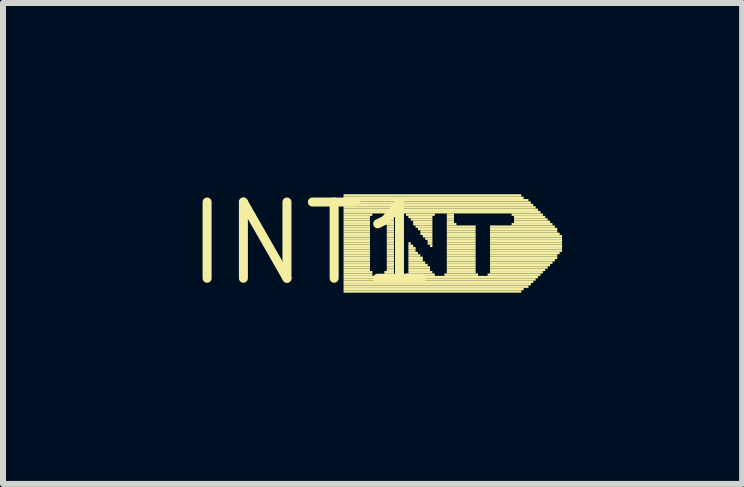
<source format=kicad_pcb>
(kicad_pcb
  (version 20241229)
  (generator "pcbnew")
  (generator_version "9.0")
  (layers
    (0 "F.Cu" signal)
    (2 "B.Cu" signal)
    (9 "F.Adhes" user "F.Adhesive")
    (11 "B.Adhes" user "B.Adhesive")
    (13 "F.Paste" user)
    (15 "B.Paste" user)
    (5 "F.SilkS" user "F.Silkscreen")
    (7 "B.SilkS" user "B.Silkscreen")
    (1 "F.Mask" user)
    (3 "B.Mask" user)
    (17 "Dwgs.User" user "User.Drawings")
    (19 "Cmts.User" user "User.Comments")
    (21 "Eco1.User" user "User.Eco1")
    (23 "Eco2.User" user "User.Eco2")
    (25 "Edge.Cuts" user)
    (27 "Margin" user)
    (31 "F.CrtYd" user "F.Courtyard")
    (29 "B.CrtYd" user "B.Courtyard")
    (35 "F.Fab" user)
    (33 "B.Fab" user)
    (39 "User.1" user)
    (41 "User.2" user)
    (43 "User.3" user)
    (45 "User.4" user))
  (footprint "INT1"
    (layer "F.Cu")
    (at 2.154 1.006)
    (property "Reference" "INT1" (at 0 0 0) (layer "F.SilkS") (effects (font (size 1.27 1.27) (thickness 0.15))))
    (attr through_hole)
    (fp_poly (pts (xy 0.52 -0.78) (xy 3.48 -0.78) (xy 3.48 -0.82) (xy 0.52 -0.82)) (stroke (width 0) (type solid)) (fill yes) (layer "F.SilkS"))
    (fp_poly (pts (xy 0.52 -0.74) (xy 3.52 -0.74) (xy 3.52 -0.78) (xy 0.52 -0.78)) (stroke (width 0) (type solid)) (fill yes) (layer "F.SilkS"))
    (fp_poly (pts (xy 0.52 -0.7) (xy 3.6 -0.7) (xy 3.6 -0.74) (xy 0.52 -0.74)) (stroke (width 0) (type solid)) (fill yes) (layer "F.SilkS"))
    (fp_poly (pts (xy 0.52 -0.66) (xy 3.64 -0.66) (xy 3.64 -0.7) (xy 0.52 -0.7)) (stroke (width 0) (type solid)) (fill yes) (layer "F.SilkS"))
    (fp_poly (pts (xy 0.52 -0.62) (xy 3.68 -0.62) (xy 3.68 -0.66) (xy 0.52 -0.66)) (stroke (width 0) (type solid)) (fill yes) (layer "F.SilkS"))
    (fp_poly (pts (xy 0.52 -0.58) (xy 3.72 -0.58) (xy 3.72 -0.62) (xy 0.52 -0.62)) (stroke (width 0) (type solid)) (fill yes) (layer "F.SilkS"))
    (fp_poly (pts (xy 0.52 -0.54) (xy 3.76 -0.54) (xy 3.76 -0.58) (xy 0.52 -0.58)) (stroke (width 0) (type solid)) (fill yes) (layer "F.SilkS"))
    (fp_poly (pts (xy 0.52 -0.5) (xy 3.8 -0.5) (xy 3.8 -0.54) (xy 0.52 -0.54)) (stroke (width 0) (type solid)) (fill yes) (layer "F.SilkS"))
    (fp_poly (pts (xy 0.52 -0.46) (xy 1 -0.46) (xy 1 -0.5) (xy 0.52 -0.5)) (stroke (width 0) (type solid)) (fill yes) (layer "F.SilkS"))
    (fp_poly (pts (xy 0.52 -0.42) (xy 0.96 -0.42) (xy 0.96 -0.46) (xy 0.52 -0.46)) (stroke (width 0) (type solid)) (fill yes) (layer "F.SilkS"))
    (fp_poly (pts (xy 0.52 -0.38) (xy 0.96 -0.38) (xy 0.96 -0.42) (xy 0.52 -0.42)) (stroke (width 0) (type solid)) (fill yes) (layer "F.SilkS"))
    (fp_poly (pts (xy 0.52 -0.34) (xy 0.96 -0.34) (xy 0.96 -0.38) (xy 0.52 -0.38)) (stroke (width 0) (type solid)) (fill yes) (layer "F.SilkS"))
    (fp_poly (pts (xy 0.52 -0.3) (xy 0.96 -0.3) (xy 0.96 -0.34) (xy 0.52 -0.34)) (stroke (width 0) (type solid)) (fill yes) (layer "F.SilkS"))
    (fp_poly (pts (xy 0.52 -0.26) (xy 0.96 -0.26) (xy 0.96 -0.3) (xy 0.52 -0.3)) (stroke (width 0) (type solid)) (fill yes) (layer "F.SilkS"))
    (fp_poly (pts (xy 0.52 -0.22) (xy 0.96 -0.22) (xy 0.96 -0.26) (xy 0.52 -0.26)) (stroke (width 0) (type solid)) (fill yes) (layer "F.SilkS"))
    (fp_poly (pts (xy 0.52 -0.18) (xy 0.96 -0.18) (xy 0.96 -0.22) (xy 0.52 -0.22)) (stroke (width 0) (type solid)) (fill yes) (layer "F.SilkS"))
    (fp_poly (pts (xy 0.52 -0.14) (xy 0.96 -0.14) (xy 0.96 -0.18) (xy 0.52 -0.18)) (stroke (width 0) (type solid)) (fill yes) (layer "F.SilkS"))
    (fp_poly (pts (xy 0.52 -0.1) (xy 0.96 -0.1) (xy 0.96 -0.14) (xy 0.52 -0.14)) (stroke (width 0) (type solid)) (fill yes) (layer "F.SilkS"))
    (fp_poly (pts (xy 0.52 -0.06) (xy 0.96 -0.06) (xy 0.96 -0.1) (xy 0.52 -0.1)) (stroke (width 0) (type solid)) (fill yes) (layer "F.SilkS"))
    (fp_poly (pts (xy 0.52 -0.02) (xy 0.96 -0.02) (xy 0.96 -0.06) (xy 0.52 -0.06)) (stroke (width 0) (type solid)) (fill yes) (layer "F.SilkS"))
    (fp_poly (pts (xy 0.52 0.02) (xy 0.96 0.02) (xy 0.96 -0.02) (xy 0.52 -0.02)) (stroke (width 0) (type solid)) (fill yes) (layer "F.SilkS"))
    (fp_poly (pts (xy 0.52 0.06) (xy 0.96 0.06) (xy 0.96 0.02) (xy 0.52 0.02)) (stroke (width 0) (type solid)) (fill yes) (layer "F.SilkS"))
    (fp_poly (pts (xy 0.52 0.1) (xy 0.96 0.1) (xy 0.96 0.06) (xy 0.52 0.06)) (stroke (width 0) (type solid)) (fill yes) (layer "F.SilkS"))
    (fp_poly (pts (xy 0.52 0.14) (xy 0.96 0.14) (xy 0.96 0.1) (xy 0.52 0.1)) (stroke (width 0) (type solid)) (fill yes) (layer "F.SilkS"))
    (fp_poly (pts (xy 0.52 0.18) (xy 0.96 0.18) (xy 0.96 0.14) (xy 0.52 0.14)) (stroke (width 0) (type solid)) (fill yes) (layer "F.SilkS"))
    (fp_poly (pts (xy 0.52 0.22) (xy 0.96 0.22) (xy 0.96 0.18) (xy 0.52 0.18)) (stroke (width 0) (type solid)) (fill yes) (layer "F.SilkS"))
    (fp_poly (pts (xy 0.52 0.26) (xy 0.96 0.26) (xy 0.96 0.22) (xy 0.52 0.22)) (stroke (width 0) (type solid)) (fill yes) (layer "F.SilkS"))
    (fp_poly (pts (xy 0.52 0.3) (xy 0.96 0.3) (xy 0.96 0.26) (xy 0.52 0.26)) (stroke (width 0) (type solid)) (fill yes) (layer "F.SilkS"))
    (fp_poly (pts (xy 0.52 0.34) (xy 0.96 0.34) (xy 0.96 0.3) (xy 0.52 0.3)) (stroke (width 0) (type solid)) (fill yes) (layer "F.SilkS"))
    (fp_poly (pts (xy 0.52 0.38) (xy 0.96 0.38) (xy 0.96 0.34) (xy 0.52 0.34)) (stroke (width 0) (type solid)) (fill yes) (layer "F.SilkS"))
    (fp_poly (pts (xy 0.52 0.42) (xy 0.96 0.42) (xy 0.96 0.38) (xy 0.52 0.38)) (stroke (width 0) (type solid)) (fill yes) (layer "F.SilkS"))
    (fp_poly (pts (xy 0.52 0.46) (xy 0.96 0.46) (xy 0.96 0.42) (xy 0.52 0.42)) (stroke (width 0) (type solid)) (fill yes) (layer "F.SilkS"))
    (fp_poly (pts (xy 0.52 0.5) (xy 1 0.5) (xy 1 0.46) (xy 0.52 0.46)) (stroke (width 0) (type solid)) (fill yes) (layer "F.SilkS"))
    (fp_poly (pts (xy 0.52 0.54) (xy 1 0.54) (xy 1 0.5) (xy 0.52 0.5)) (stroke (width 0) (type solid)) (fill yes) (layer "F.SilkS"))
    (fp_poly (pts (xy 0.52 0.58) (xy 3.76 0.58) (xy 3.76 0.54) (xy 0.52 0.54)) (stroke (width 0) (type solid)) (fill yes) (layer "F.SilkS"))
    (fp_poly (pts (xy 0.52 0.62) (xy 3.72 0.62) (xy 3.72 0.58) (xy 0.52 0.58)) (stroke (width 0) (type solid)) (fill yes) (layer "F.SilkS"))
    (fp_poly (pts (xy 0.52 0.66) (xy 3.68 0.66) (xy 3.68 0.62) (xy 0.52 0.62)) (stroke (width 0) (type solid)) (fill yes) (layer "F.SilkS"))
    (fp_poly (pts (xy 0.52 0.7) (xy 3.64 0.7) (xy 3.64 0.66) (xy 0.52 0.66)) (stroke (width 0) (type solid)) (fill yes) (layer "F.SilkS"))
    (fp_poly (pts (xy 0.52 0.74) (xy 3.6 0.74) (xy 3.6 0.7) (xy 0.52 0.7)) (stroke (width 0) (type solid)) (fill yes) (layer "F.SilkS"))
    (fp_poly (pts (xy 0.52 0.78) (xy 3.52 0.78) (xy 3.52 0.74) (xy 0.52 0.74)) (stroke (width 0) (type solid)) (fill yes) (layer "F.SilkS"))
    (fp_poly (pts (xy 0.52 0.82) (xy 3.48 0.82) (xy 3.48 0.78) (xy 0.52 0.78)) (stroke (width 0) (type solid)) (fill yes) (layer "F.SilkS"))
    (fp_poly (pts (xy 1.2 -0.46) (xy 1.36 -0.46) (xy 1.36 -0.5) (xy 1.2 -0.5)) (stroke (width 0) (type solid)) (fill yes) (layer "F.SilkS"))
    (fp_poly (pts (xy 1.2 -0.42) (xy 1.36 -0.42) (xy 1.36 -0.46) (xy 1.2 -0.46)) (stroke (width 0) (type solid)) (fill yes) (layer "F.SilkS"))
    (fp_poly (pts (xy 1.2 0.5) (xy 1.36 0.5) (xy 1.36 0.46) (xy 1.2 0.46)) (stroke (width 0) (type solid)) (fill yes) (layer "F.SilkS"))
    (fp_poly (pts (xy 1.2 0.54) (xy 1.36 0.54) (xy 1.36 0.5) (xy 1.2 0.5)) (stroke (width 0) (type solid)) (fill yes) (layer "F.SilkS"))
    (fp_poly (pts (xy 1.24 -0.38) (xy 1.36 -0.38) (xy 1.36 -0.42) (xy 1.24 -0.42)) (stroke (width 0) (type solid)) (fill yes) (layer "F.SilkS"))
    (fp_poly (pts (xy 1.24 -0.34) (xy 1.36 -0.34) (xy 1.36 -0.38) (xy 1.24 -0.38)) (stroke (width 0) (type solid)) (fill yes) (layer "F.SilkS"))
    (fp_poly (pts (xy 1.24 -0.3) (xy 1.36 -0.3) (xy 1.36 -0.34) (xy 1.24 -0.34)) (stroke (width 0) (type solid)) (fill yes) (layer "F.SilkS"))
    (fp_poly (pts (xy 1.24 -0.26) (xy 1.36 -0.26) (xy 1.36 -0.3) (xy 1.24 -0.3)) (stroke (width 0) (type solid)) (fill yes) (layer "F.SilkS"))
    (fp_poly (pts (xy 1.24 -0.22) (xy 1.36 -0.22) (xy 1.36 -0.26) (xy 1.24 -0.26)) (stroke (width 0) (type solid)) (fill yes) (layer "F.SilkS"))
    (fp_poly (pts (xy 1.24 -0.18) (xy 1.36 -0.18) (xy 1.36 -0.22) (xy 1.24 -0.22)) (stroke (width 0) (type solid)) (fill yes) (layer "F.SilkS"))
    (fp_poly (pts (xy 1.24 -0.14) (xy 1.36 -0.14) (xy 1.36 -0.18) (xy 1.24 -0.18)) (stroke (width 0) (type solid)) (fill yes) (layer "F.SilkS"))
    (fp_poly (pts (xy 1.24 -0.1) (xy 1.36 -0.1) (xy 1.36 -0.14) (xy 1.24 -0.14)) (stroke (width 0) (type solid)) (fill yes) (layer "F.SilkS"))
    (fp_poly (pts (xy 1.24 -0.06) (xy 1.36 -0.06) (xy 1.36 -0.1) (xy 1.24 -0.1)) (stroke (width 0) (type solid)) (fill yes) (layer "F.SilkS"))
    (fp_poly (pts (xy 1.24 -0.02) (xy 1.36 -0.02) (xy 1.36 -0.06) (xy 1.24 -0.06)) (stroke (width 0) (type solid)) (fill yes) (layer "F.SilkS"))
    (fp_poly (pts (xy 1.24 0.02) (xy 1.36 0.02) (xy 1.36 -0.02) (xy 1.24 -0.02)) (stroke (width 0) (type solid)) (fill yes) (layer "F.SilkS"))
    (fp_poly (pts (xy 1.24 0.06) (xy 1.36 0.06) (xy 1.36 0.02) (xy 1.24 0.02)) (stroke (width 0) (type solid)) (fill yes) (layer "F.SilkS"))
    (fp_poly (pts (xy 1.24 0.1) (xy 1.36 0.1) (xy 1.36 0.06) (xy 1.24 0.06)) (stroke (width 0) (type solid)) (fill yes) (layer "F.SilkS"))
    (fp_poly (pts (xy 1.24 0.14) (xy 1.36 0.14) (xy 1.36 0.1) (xy 1.24 0.1)) (stroke (width 0) (type solid)) (fill yes) (layer "F.SilkS"))
    (fp_poly (pts (xy 1.24 0.18) (xy 1.36 0.18) (xy 1.36 0.14) (xy 1.24 0.14)) (stroke (width 0) (type solid)) (fill yes) (layer "F.SilkS"))
    (fp_poly (pts (xy 1.24 0.22) (xy 1.36 0.22) (xy 1.36 0.18) (xy 1.24 0.18)) (stroke (width 0) (type solid)) (fill yes) (layer "F.SilkS"))
    (fp_poly (pts (xy 1.24 0.26) (xy 1.36 0.26) (xy 1.36 0.22) (xy 1.24 0.22)) (stroke (width 0) (type solid)) (fill yes) (layer "F.SilkS"))
    (fp_poly (pts (xy 1.24 0.3) (xy 1.36 0.3) (xy 1.36 0.26) (xy 1.24 0.26)) (stroke (width 0) (type solid)) (fill yes) (layer "F.SilkS"))
    (fp_poly (pts (xy 1.24 0.34) (xy 1.36 0.34) (xy 1.36 0.3) (xy 1.24 0.3)) (stroke (width 0) (type solid)) (fill yes) (layer "F.SilkS"))
    (fp_poly (pts (xy 1.24 0.38) (xy 1.36 0.38) (xy 1.36 0.34) (xy 1.24 0.34)) (stroke (width 0) (type solid)) (fill yes) (layer "F.SilkS"))
    (fp_poly (pts (xy 1.24 0.42) (xy 1.36 0.42) (xy 1.36 0.38) (xy 1.24 0.38)) (stroke (width 0) (type solid)) (fill yes) (layer "F.SilkS"))
    (fp_poly (pts (xy 1.24 0.46) (xy 1.36 0.46) (xy 1.36 0.42) (xy 1.24 0.42)) (stroke (width 0) (type solid)) (fill yes) (layer "F.SilkS"))
    (fp_poly (pts (xy 1.56 -0.46) (xy 2.04 -0.46) (xy 2.04 -0.5) (xy 1.56 -0.5)) (stroke (width 0) (type solid)) (fill yes) (layer "F.SilkS"))
    (fp_poly (pts (xy 1.56 0.54) (xy 2.04 0.54) (xy 2.04 0.5) (xy 1.56 0.5)) (stroke (width 0) (type solid)) (fill yes) (layer "F.SilkS"))
    (fp_poly (pts (xy 1.6 -0.42) (xy 2 -0.42) (xy 2 -0.46) (xy 1.6 -0.46)) (stroke (width 0) (type solid)) (fill yes) (layer "F.SilkS"))
    (fp_poly (pts (xy 1.6 0.02) (xy 1.64 0.02) (xy 1.64 -0.02) (xy 1.6 -0.02)) (stroke (width 0) (type solid)) (fill yes) (layer "F.SilkS"))
    (fp_poly (pts (xy 1.6 0.06) (xy 1.68 0.06) (xy 1.68 0.02) (xy 1.6 0.02)) (stroke (width 0) (type solid)) (fill yes) (layer "F.SilkS"))
    (fp_poly (pts (xy 1.6 0.1) (xy 1.72 0.1) (xy 1.72 0.06) (xy 1.6 0.06)) (stroke (width 0) (type solid)) (fill yes) (layer "F.SilkS"))
    (fp_poly (pts (xy 1.6 0.14) (xy 1.72 0.14) (xy 1.72 0.1) (xy 1.6 0.1)) (stroke (width 0) (type solid)) (fill yes) (layer "F.SilkS"))
    (fp_poly (pts (xy 1.6 0.18) (xy 1.76 0.18) (xy 1.76 0.14) (xy 1.6 0.14)) (stroke (width 0) (type solid)) (fill yes) (layer "F.SilkS"))
    (fp_poly (pts (xy 1.6 0.22) (xy 1.8 0.22) (xy 1.8 0.18) (xy 1.6 0.18)) (stroke (width 0) (type solid)) (fill yes) (layer "F.SilkS"))
    (fp_poly (pts (xy 1.6 0.26) (xy 1.84 0.26) (xy 1.84 0.22) (xy 1.6 0.22)) (stroke (width 0) (type solid)) (fill yes) (layer "F.SilkS"))
    (fp_poly (pts (xy 1.6 0.3) (xy 1.84 0.3) (xy 1.84 0.26) (xy 1.6 0.26)) (stroke (width 0) (type solid)) (fill yes) (layer "F.SilkS"))
    (fp_poly (pts (xy 1.6 0.34) (xy 1.88 0.34) (xy 1.88 0.3) (xy 1.6 0.3)) (stroke (width 0) (type solid)) (fill yes) (layer "F.SilkS"))
    (fp_poly (pts (xy 1.6 0.38) (xy 1.92 0.38) (xy 1.92 0.34) (xy 1.6 0.34)) (stroke (width 0) (type solid)) (fill yes) (layer "F.SilkS"))
    (fp_poly (pts (xy 1.6 0.42) (xy 1.96 0.42) (xy 1.96 0.38) (xy 1.6 0.38)) (stroke (width 0) (type solid)) (fill yes) (layer "F.SilkS"))
    (fp_poly (pts (xy 1.6 0.46) (xy 1.96 0.46) (xy 1.96 0.42) (xy 1.6 0.42)) (stroke (width 0) (type solid)) (fill yes) (layer "F.SilkS"))
    (fp_poly (pts (xy 1.6 0.5) (xy 2 0.5) (xy 2 0.46) (xy 1.6 0.46)) (stroke (width 0) (type solid)) (fill yes) (layer "F.SilkS"))
    (fp_poly (pts (xy 1.64 -0.38) (xy 2 -0.38) (xy 2 -0.42) (xy 1.64 -0.42)) (stroke (width 0) (type solid)) (fill yes) (layer "F.SilkS"))
    (fp_poly (pts (xy 1.68 -0.34) (xy 2 -0.34) (xy 2 -0.38) (xy 1.68 -0.38)) (stroke (width 0) (type solid)) (fill yes) (layer "F.SilkS"))
    (fp_poly (pts (xy 1.68 -0.3) (xy 2 -0.3) (xy 2 -0.34) (xy 1.68 -0.34)) (stroke (width 0) (type solid)) (fill yes) (layer "F.SilkS"))
    (fp_poly (pts (xy 1.72 -0.26) (xy 2 -0.26) (xy 2 -0.3) (xy 1.72 -0.3)) (stroke (width 0) (type solid)) (fill yes) (layer "F.SilkS"))
    (fp_poly (pts (xy 1.76 -0.22) (xy 2 -0.22) (xy 2 -0.26) (xy 1.76 -0.26)) (stroke (width 0) (type solid)) (fill yes) (layer "F.SilkS"))
    (fp_poly (pts (xy 1.8 -0.18) (xy 2 -0.18) (xy 2 -0.22) (xy 1.8 -0.22)) (stroke (width 0) (type solid)) (fill yes) (layer "F.SilkS"))
    (fp_poly (pts (xy 1.8 -0.14) (xy 2 -0.14) (xy 2 -0.18) (xy 1.8 -0.18)) (stroke (width 0) (type solid)) (fill yes) (layer "F.SilkS"))
    (fp_poly (pts (xy 1.84 -0.1) (xy 2 -0.1) (xy 2 -0.14) (xy 1.84 -0.14)) (stroke (width 0) (type solid)) (fill yes) (layer "F.SilkS"))
    (fp_poly (pts (xy 1.88 -0.06) (xy 2 -0.06) (xy 2 -0.1) (xy 1.88 -0.1)) (stroke (width 0) (type solid)) (fill yes) (layer "F.SilkS"))
    (fp_poly (pts (xy 1.92 -0.02) (xy 2 -0.02) (xy 2 -0.06) (xy 1.92 -0.06)) (stroke (width 0) (type solid)) (fill yes) (layer "F.SilkS"))
    (fp_poly (pts (xy 1.92 0.02) (xy 2 0.02) (xy 2 -0.02) (xy 1.92 -0.02)) (stroke (width 0) (type solid)) (fill yes) (layer "F.SilkS"))
    (fp_poly (pts (xy 1.96 0.06) (xy 2 0.06) (xy 2 0.02) (xy 1.96 0.02)) (stroke (width 0) (type solid)) (fill yes) (layer "F.SilkS"))
    (fp_poly (pts (xy 2.2 0.54) (xy 2.76 0.54) (xy 2.76 0.5) (xy 2.2 0.5)) (stroke (width 0) (type solid)) (fill yes) (layer "F.SilkS"))
    (fp_poly (pts (xy 2.24 -0.46) (xy 2.36 -0.46) (xy 2.36 -0.5) (xy 2.24 -0.5)) (stroke (width 0) (type solid)) (fill yes) (layer "F.SilkS"))
    (fp_poly (pts (xy 2.24 -0.42) (xy 2.36 -0.42) (xy 2.36 -0.46) (xy 2.24 -0.46)) (stroke (width 0) (type solid)) (fill yes) (layer "F.SilkS"))
    (fp_poly (pts (xy 2.24 -0.38) (xy 2.36 -0.38) (xy 2.36 -0.42) (xy 2.24 -0.42)) (stroke (width 0) (type solid)) (fill yes) (layer "F.SilkS"))
    (fp_poly (pts (xy 2.24 -0.34) (xy 2.36 -0.34) (xy 2.36 -0.38) (xy 2.24 -0.38)) (stroke (width 0) (type solid)) (fill yes) (layer "F.SilkS"))
    (fp_poly (pts (xy 2.24 -0.3) (xy 2.4 -0.3) (xy 2.4 -0.34) (xy 2.24 -0.34)) (stroke (width 0) (type solid)) (fill yes) (layer "F.SilkS"))
    (fp_poly (pts (xy 2.24 -0.26) (xy 2.72 -0.26) (xy 2.72 -0.3) (xy 2.24 -0.3)) (stroke (width 0) (type solid)) (fill yes) (layer "F.SilkS"))
    (fp_poly (pts (xy 2.24 -0.22) (xy 2.72 -0.22) (xy 2.72 -0.26) (xy 2.24 -0.26)) (stroke (width 0) (type solid)) (fill yes) (layer "F.SilkS"))
    (fp_poly (pts (xy 2.24 -0.18) (xy 2.72 -0.18) (xy 2.72 -0.22) (xy 2.24 -0.22)) (stroke (width 0) (type solid)) (fill yes) (layer "F.SilkS"))
    (fp_poly (pts (xy 2.24 -0.14) (xy 2.72 -0.14) (xy 2.72 -0.18) (xy 2.24 -0.18)) (stroke (width 0) (type solid)) (fill yes) (layer "F.SilkS"))
    (fp_poly (pts (xy 2.24 -0.1) (xy 2.72 -0.1) (xy 2.72 -0.14) (xy 2.24 -0.14)) (stroke (width 0) (type solid)) (fill yes) (layer "F.SilkS"))
    (fp_poly (pts (xy 2.24 -0.06) (xy 2.72 -0.06) (xy 2.72 -0.1) (xy 2.24 -0.1)) (stroke (width 0) (type solid)) (fill yes) (layer "F.SilkS"))
    (fp_poly (pts (xy 2.24 -0.02) (xy 2.72 -0.02) (xy 2.72 -0.06) (xy 2.24 -0.06)) (stroke (width 0) (type solid)) (fill yes) (layer "F.SilkS"))
    (fp_poly (pts (xy 2.24 0.02) (xy 2.72 0.02) (xy 2.72 -0.02) (xy 2.24 -0.02)) (stroke (width 0) (type solid)) (fill yes) (layer "F.SilkS"))
    (fp_poly (pts (xy 2.24 0.06) (xy 2.72 0.06) (xy 2.72 0.02) (xy 2.24 0.02)) (stroke (width 0) (type solid)) (fill yes) (layer "F.SilkS"))
    (fp_poly (pts (xy 2.24 0.1) (xy 2.72 0.1) (xy 2.72 0.06) (xy 2.24 0.06)) (stroke (width 0) (type solid)) (fill yes) (layer "F.SilkS"))
    (fp_poly (pts (xy 2.24 0.14) (xy 2.72 0.14) (xy 2.72 0.1) (xy 2.24 0.1)) (stroke (width 0) (type solid)) (fill yes) (layer "F.SilkS"))
    (fp_poly (pts (xy 2.24 0.18) (xy 2.72 0.18) (xy 2.72 0.14) (xy 2.24 0.14)) (stroke (width 0) (type solid)) (fill yes) (layer "F.SilkS"))
    (fp_poly (pts (xy 2.24 0.22) (xy 2.72 0.22) (xy 2.72 0.18) (xy 2.24 0.18)) (stroke (width 0) (type solid)) (fill yes) (layer "F.SilkS"))
    (fp_poly (pts (xy 2.24 0.26) (xy 2.72 0.26) (xy 2.72 0.22) (xy 2.24 0.22)) (stroke (width 0) (type solid)) (fill yes) (layer "F.SilkS"))
    (fp_poly (pts (xy 2.24 0.3) (xy 2.72 0.3) (xy 2.72 0.26) (xy 2.24 0.26)) (stroke (width 0) (type solid)) (fill yes) (layer "F.SilkS"))
    (fp_poly (pts (xy 2.24 0.34) (xy 2.72 0.34) (xy 2.72 0.3) (xy 2.24 0.3)) (stroke (width 0) (type solid)) (fill yes) (layer "F.SilkS"))
    (fp_poly (pts (xy 2.24 0.38) (xy 2.72 0.38) (xy 2.72 0.34) (xy 2.24 0.34)) (stroke (width 0) (type solid)) (fill yes) (layer "F.SilkS"))
    (fp_poly (pts (xy 2.24 0.42) (xy 2.72 0.42) (xy 2.72 0.38) (xy 2.24 0.38)) (stroke (width 0) (type solid)) (fill yes) (layer "F.SilkS"))
    (fp_poly (pts (xy 2.24 0.46) (xy 2.72 0.46) (xy 2.72 0.42) (xy 2.24 0.42)) (stroke (width 0) (type solid)) (fill yes) (layer "F.SilkS"))
    (fp_poly (pts (xy 2.24 0.5) (xy 2.72 0.5) (xy 2.72 0.46) (xy 2.24 0.46)) (stroke (width 0) (type solid)) (fill yes) (layer "F.SilkS"))
    (fp_poly (pts (xy 2.92 0.54) (xy 3.8 0.54) (xy 3.8 0.5) (xy 2.92 0.5)) (stroke (width 0) (type solid)) (fill yes) (layer "F.SilkS"))
    (fp_poly (pts (xy 2.96 -0.26) (xy 4.04 -0.26) (xy 4.04 -0.3) (xy 2.96 -0.3)) (stroke (width 0) (type solid)) (fill yes) (layer "F.SilkS"))
    (fp_poly (pts (xy 2.96 -0.22) (xy 4.08 -0.22) (xy 4.08 -0.26) (xy 2.96 -0.26)) (stroke (width 0) (type solid)) (fill yes) (layer "F.SilkS"))
    (fp_poly (pts (xy 2.96 -0.18) (xy 4.08 -0.18) (xy 4.08 -0.22) (xy 2.96 -0.22)) (stroke (width 0) (type solid)) (fill yes) (layer "F.SilkS"))
    (fp_poly (pts (xy 2.96 -0.14) (xy 4.12 -0.14) (xy 4.12 -0.18) (xy 2.96 -0.18)) (stroke (width 0) (type solid)) (fill yes) (layer "F.SilkS"))
    (fp_poly (pts (xy 2.96 -0.1) (xy 4.16 -0.1) (xy 4.16 -0.14) (xy 2.96 -0.14)) (stroke (width 0) (type solid)) (fill yes) (layer "F.SilkS"))
    (fp_poly (pts (xy 2.96 -0.06) (xy 4.16 -0.06) (xy 4.16 -0.1) (xy 2.96 -0.1)) (stroke (width 0) (type solid)) (fill yes) (layer "F.SilkS"))
    (fp_poly (pts (xy 2.96 -0.02) (xy 4.16 -0.02) (xy 4.16 -0.06) (xy 2.96 -0.06)) (stroke (width 0) (type solid)) (fill yes) (layer "F.SilkS"))
    (fp_poly (pts (xy 2.96 0.02) (xy 4.16 0.02) (xy 4.16 -0.02) (xy 2.96 -0.02)) (stroke (width 0) (type solid)) (fill yes) (layer "F.SilkS"))
    (fp_poly (pts (xy 2.96 0.06) (xy 4.16 0.06) (xy 4.16 0.02) (xy 2.96 0.02)) (stroke (width 0) (type solid)) (fill yes) (layer "F.SilkS"))
    (fp_poly (pts (xy 2.96 0.1) (xy 4.16 0.1) (xy 4.16 0.06) (xy 2.96 0.06)) (stroke (width 0) (type solid)) (fill yes) (layer "F.SilkS"))
    (fp_poly (pts (xy 2.96 0.14) (xy 4.16 0.14) (xy 4.16 0.1) (xy 2.96 0.1)) (stroke (width 0) (type solid)) (fill yes) (layer "F.SilkS"))
    (fp_poly (pts (xy 2.96 0.18) (xy 4.12 0.18) (xy 4.12 0.14) (xy 2.96 0.14)) (stroke (width 0) (type solid)) (fill yes) (layer "F.SilkS"))
    (fp_poly (pts (xy 2.96 0.22) (xy 4.08 0.22) (xy 4.08 0.18) (xy 2.96 0.18)) (stroke (width 0) (type solid)) (fill yes) (layer "F.SilkS"))
    (fp_poly (pts (xy 2.96 0.26) (xy 4.08 0.26) (xy 4.08 0.22) (xy 2.96 0.22)) (stroke (width 0) (type solid)) (fill yes) (layer "F.SilkS"))
    (fp_poly (pts (xy 2.96 0.3) (xy 4.04 0.3) (xy 4.04 0.26) (xy 2.96 0.26)) (stroke (width 0) (type solid)) (fill yes) (layer "F.SilkS"))
    (fp_poly (pts (xy 2.96 0.34) (xy 4 0.34) (xy 4 0.3) (xy 2.96 0.3)) (stroke (width 0) (type solid)) (fill yes) (layer "F.SilkS"))
    (fp_poly (pts (xy 2.96 0.38) (xy 3.96 0.38) (xy 3.96 0.34) (xy 2.96 0.34)) (stroke (width 0) (type solid)) (fill yes) (layer "F.SilkS"))
    (fp_poly (pts (xy 2.96 0.42) (xy 3.92 0.42) (xy 3.92 0.38) (xy 2.96 0.38)) (stroke (width 0) (type solid)) (fill yes) (layer "F.SilkS"))
    (fp_poly (pts (xy 2.96 0.46) (xy 3.88 0.46) (xy 3.88 0.42) (xy 2.96 0.42)) (stroke (width 0) (type solid)) (fill yes) (layer "F.SilkS"))
    (fp_poly (pts (xy 2.96 0.5) (xy 3.84 0.5) (xy 3.84 0.46) (xy 2.96 0.46)) (stroke (width 0) (type solid)) (fill yes) (layer "F.SilkS"))
    (fp_poly (pts (xy 3.32 -0.46) (xy 3.84 -0.46) (xy 3.84 -0.5) (xy 3.32 -0.5)) (stroke (width 0) (type solid)) (fill yes) (layer "F.SilkS"))
    (fp_poly (pts (xy 3.32 -0.3) (xy 4 -0.3) (xy 4 -0.34) (xy 3.32 -0.34)) (stroke (width 0) (type solid)) (fill yes) (layer "F.SilkS"))
    (fp_poly (pts (xy 3.36 -0.42) (xy 3.88 -0.42) (xy 3.88 -0.46) (xy 3.36 -0.46)) (stroke (width 0) (type solid)) (fill yes) (layer "F.SilkS"))
    (fp_poly (pts (xy 3.36 -0.38) (xy 3.92 -0.38) (xy 3.92 -0.42) (xy 3.36 -0.42)) (stroke (width 0) (type solid)) (fill yes) (layer "F.SilkS"))
    (fp_poly (pts (xy 3.36 -0.34) (xy 3.96 -0.34) (xy 3.96 -0.38) (xy 3.36 -0.38)) (stroke (width 0) (type solid)) (fill yes) (layer "F.SilkS")))
  (gr_rect
    (start -3 -3)
    (end 9.314 5.012)
    (stroke (width 0.1) (type default))
    (fill no)
    (layer "Edge.Cuts")))
</source>
